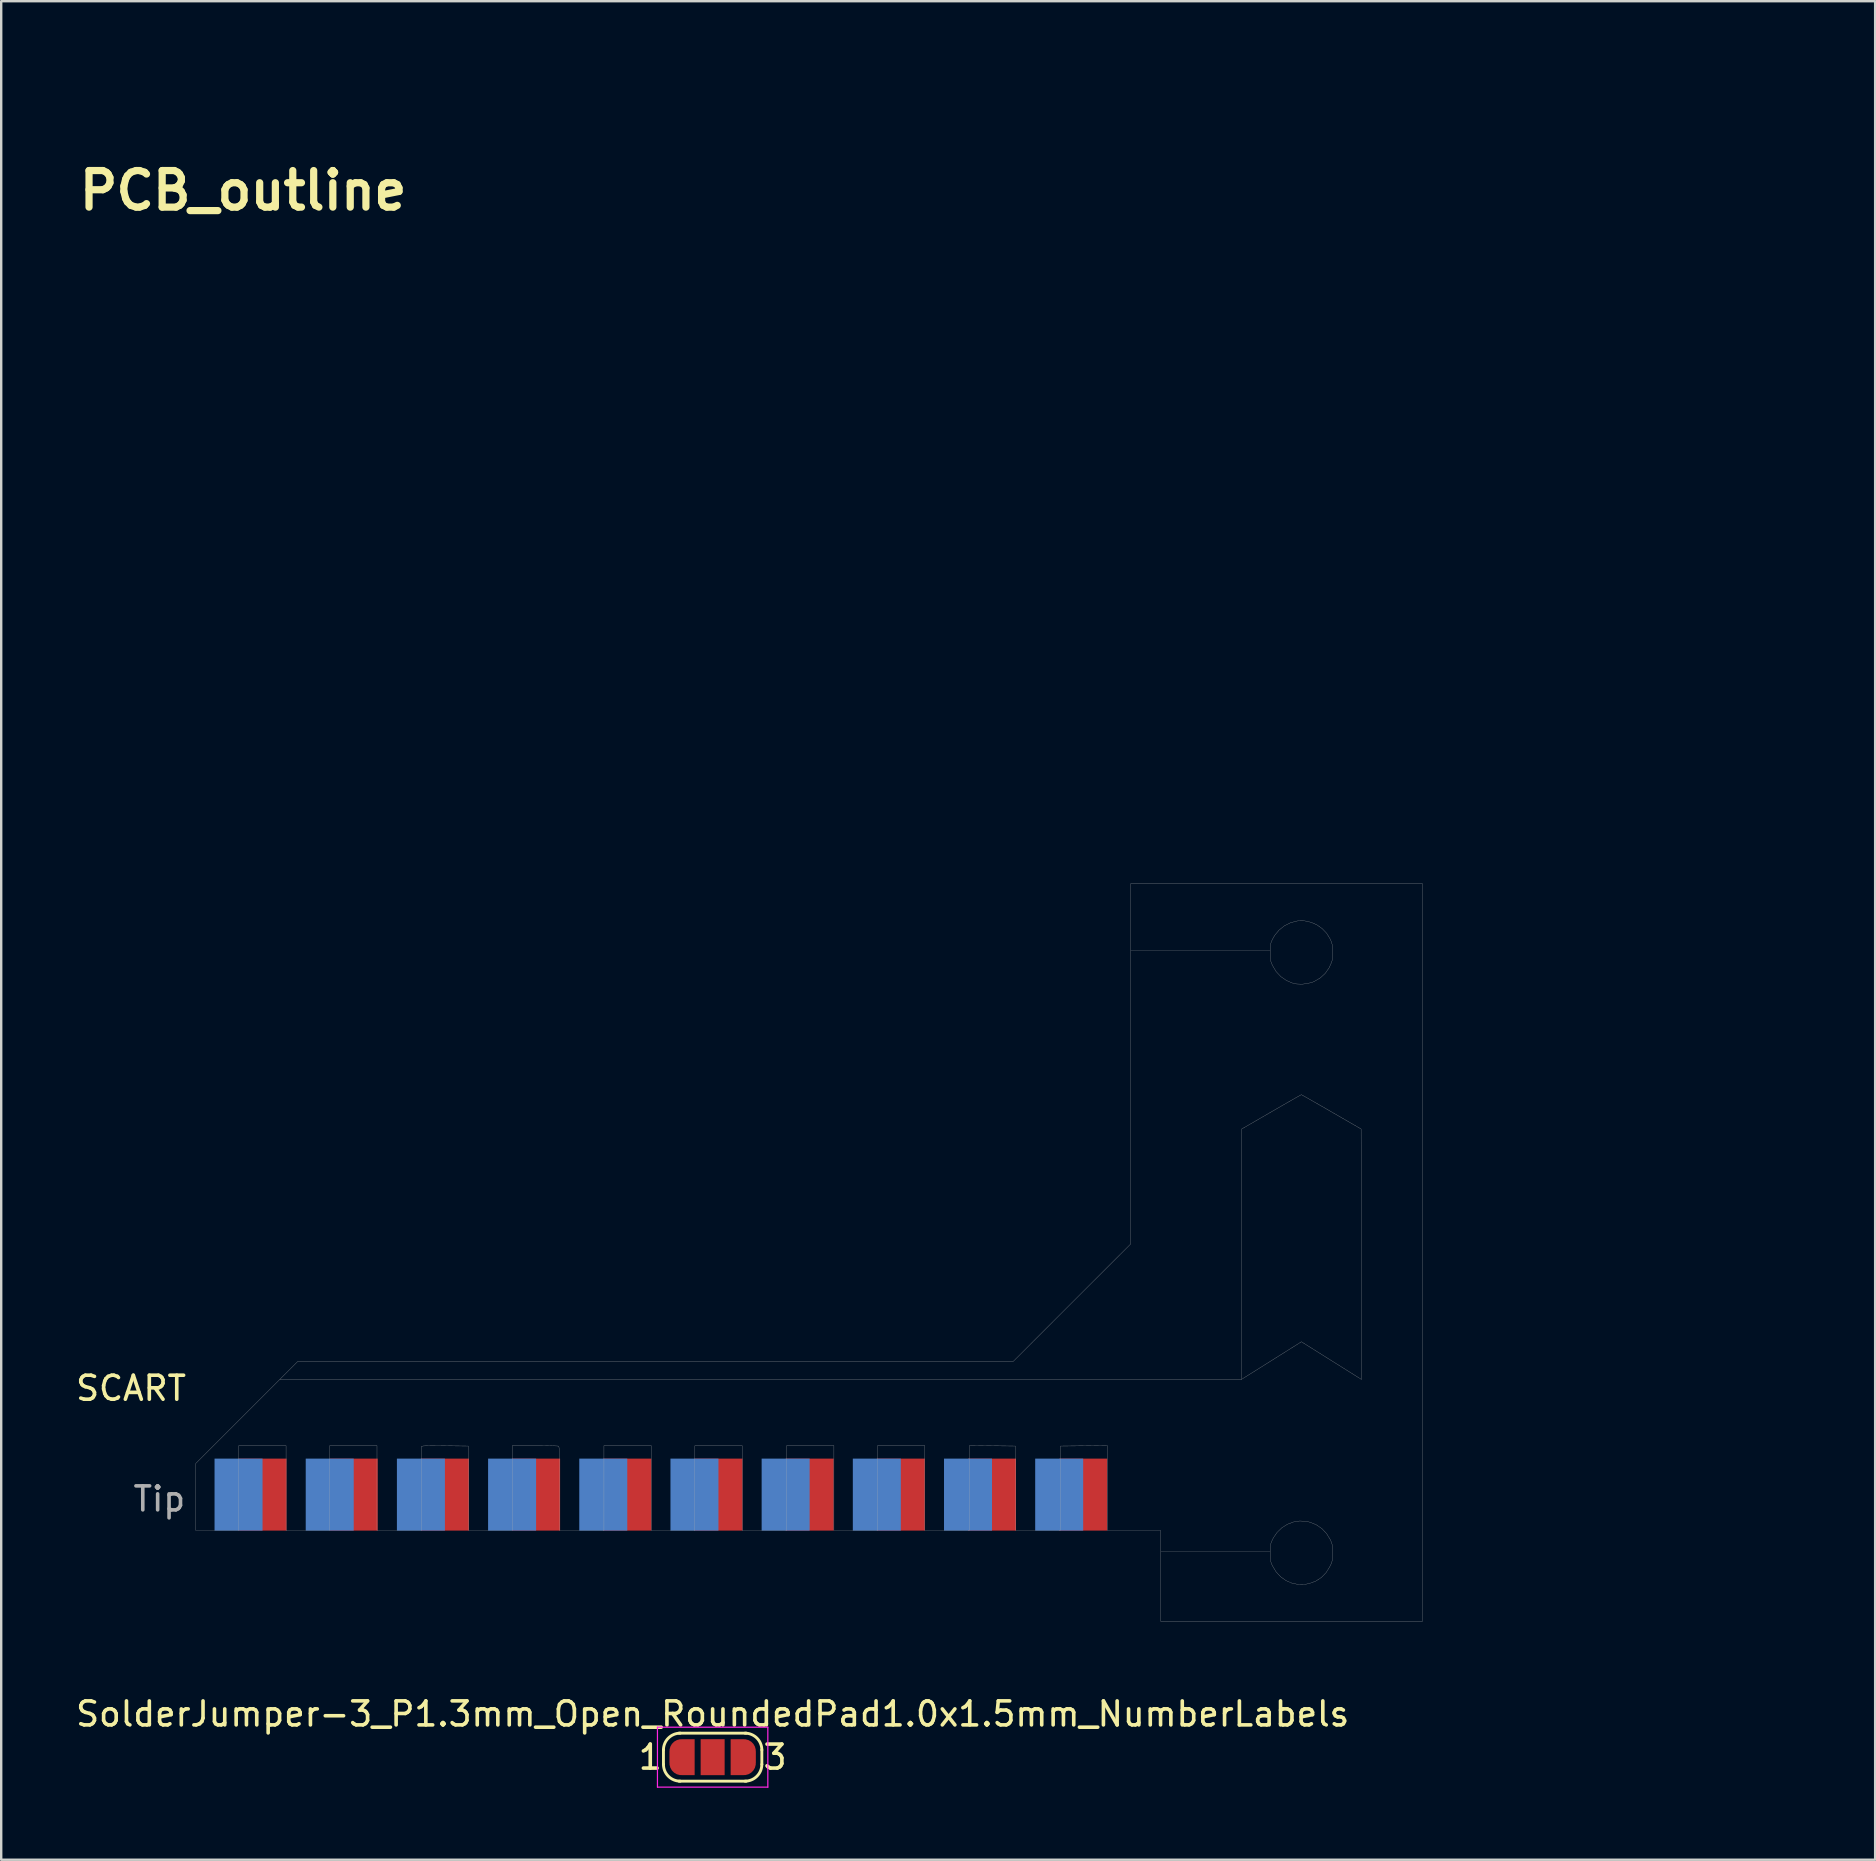
<source format=kicad_pcb>
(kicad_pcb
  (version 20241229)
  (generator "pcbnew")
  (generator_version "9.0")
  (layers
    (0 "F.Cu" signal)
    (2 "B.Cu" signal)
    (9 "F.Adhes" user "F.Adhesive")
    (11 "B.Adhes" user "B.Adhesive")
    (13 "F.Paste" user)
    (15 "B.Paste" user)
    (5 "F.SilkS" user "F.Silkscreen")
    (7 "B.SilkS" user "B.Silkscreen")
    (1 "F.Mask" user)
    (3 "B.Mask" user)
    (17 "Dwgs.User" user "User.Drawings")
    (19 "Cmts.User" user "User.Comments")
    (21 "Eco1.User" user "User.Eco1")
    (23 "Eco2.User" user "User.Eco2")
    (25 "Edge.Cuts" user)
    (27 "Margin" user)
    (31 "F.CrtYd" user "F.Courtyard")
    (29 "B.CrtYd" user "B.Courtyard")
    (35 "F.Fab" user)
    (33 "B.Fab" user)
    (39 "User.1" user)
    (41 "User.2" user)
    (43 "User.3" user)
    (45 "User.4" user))
  (footprint "SolderJumper-3_P1.3mm_Open_RoundedPad1.0x1.5mm_NumberLabels"
    (layer "F.Cu")
    (at 26.649 70.179)
    (property "Reference" "SolderJumper-3_P1.3mm_Open_RoundedPad1.0x1.5mm_NumberLabels" (at 0 -1.8 0) (layer "F.SilkS") (effects (font (size 1 1) (thickness 0.15))))
    (attr exclude_from_pos_files exclude_from_bom)
    (fp_poly (pts (xy -0.49 0.75) (xy -0.75 0.75) (xy -0.75 -0.75) (xy -0.49 -0.75)) (stroke (width 0.01) (type solid)) (fill yes) (layer "F.Mask"))
    (fp_poly (pts (xy 0.75 0.75) (xy 0.5 0.75) (xy 0.5 -0.75) (xy 0.75 -0.75)) (stroke (width 0.01) (type solid)) (fill yes) (layer "F.Mask"))
    (fp_line (start -2.05 0.3) (end -2.05 -0.3) (stroke (width 0.12) (type solid)) (layer "F.SilkS"))
    (fp_line (start -1.4 -1) (end 1.4 -1) (stroke (width 0.12) (type solid)) (layer "F.SilkS"))
    (fp_line (start 1.4 1) (end -1.4 1) (stroke (width 0.12) (type solid)) (layer "F.SilkS"))
    (fp_line (start 2.05 -0.3) (end 2.05 0.3) (stroke (width 0.12) (type solid)) (layer "F.SilkS"))
    (fp_arc (start -2.05 -0.3) (mid -1.844975 -0.794975) (end -1.35 -1) (stroke (width 0.12) (type solid)) (layer "F.SilkS"))
    (fp_arc (start -1.35 1) (mid -1.844975 0.794975) (end -2.05 0.3) (stroke (width 0.12) (type solid)) (layer "F.SilkS"))
    (fp_arc (start 1.35 -1) (mid 1.844975 -0.794975) (end 2.05 -0.3) (stroke (width 0.12) (type solid)) (layer "F.SilkS"))
    (fp_arc (start 2.05 0.3) (mid 1.844975 0.794975) (end 1.35 1) (stroke (width 0.12) (type solid)) (layer "F.SilkS"))
    (fp_line (start -2.3 -1.25) (end -2.3 1.25) (stroke (width 0.05) (type solid)) (layer "F.CrtYd"))
    (fp_line (start -2.3 -1.25) (end 2.3 -1.25) (stroke (width 0.05) (type solid)) (layer "F.CrtYd"))
    (fp_line (start 2.3 1.25) (end -2.3 1.25) (stroke (width 0.05) (type solid)) (layer "F.CrtYd"))
    (fp_line (start 2.3 1.25) (end 2.3 -1.25) (stroke (width 0.05) (type solid)) (layer "F.CrtYd"))
    (fp_text user "3" (at 2.6 0 0) (layer "F.SilkS") (effects (font (size 1 1) (thickness 0.15))))
    (fp_text user "1" (at -2.6 0 0) (layer "F.SilkS") (effects (font (size 1 1) (thickness 0.15))))
    (pad "1" smd custom (at -1.3 0) (size 1 0.5) (layers "F.Cu" "F.Mask") (options (anchor rect)) (primitives (gr_circle (center 0 0.25) (end 0.5 0.25) (width 0) (fill yes)) (gr_circle (center 0 -0.25) (end 0.5 -0.25) (width 0) (fill yes)) (gr_poly (pts (xy 0.55 -0.75) (xy 0 -0.75) (xy 0 0.75) (xy 0.55 0.75)) (width 0) (fill yes))))
    (pad "2" smd rect (at 0 0) (size 1 1.5) (layers "F.Cu" "F.Mask"))
    (pad "3" smd custom (at 1.3 0) (size 1 0.5) (layers "F.Cu" "F.Mask") (options (anchor rect)) (primitives (gr_circle (center 0 0.25) (end 0.5 0.25) (width 0) (fill yes)) (gr_circle (center 0 -0.25) (end 0.5 -0.25) (width 0) (fill yes)) (gr_poly (pts (xy -0.55 -0.75) (xy 0 -0.75) (xy 0 0.75) (xy -0.55 0.75)) (width 0) (fill yes)))))
  (footprint "SCART"
    (layer "F.Cu")
    (at 7.881 60.737)
    (property "Reference" "SCART" (at -5.47 -5.93 0) (layer "F.SilkS") (effects (font (size 1 1) (thickness 0.15))))
    (attr through_hole)
    (fp_poly (pts (xy 48.345 3.789) (xy 37.446 3.789) (xy 37.446 0.923) (xy 42.003 0.923) (xy 42.004 1.08) (xy 42.01 1.192) (xy 42.024 1.279) (xy 42.049 1.358) (xy 42.089 1.449) (xy 42.1 1.471) (xy 42.251 1.721) (xy 42.441 1.926) (xy 42.663 2.084) (xy 42.91 2.191) (xy 43.175 2.244) (xy 43.452 2.24) (xy 43.633 2.205) (xy 43.903 2.105) (xy 44.137 1.953) (xy 44.332 1.753) (xy 44.485 1.507) (xy 44.537 1.401) (xy 44.57 1.317) (xy 44.59 1.237) (xy 44.599 1.143) (xy 44.602 1.015) (xy 44.602 0.925) (xy 44.601 0.768) (xy 44.595 0.656) (xy 44.581 0.568) (xy 44.556 0.488) (xy 44.516 0.396) (xy 44.502 0.366) (xy 44.352 0.122) (xy 44.158 -0.083) (xy 43.926 -0.242) (xy 43.663 -0.35) (xy 43.509 -0.385) (xy 43.237 -0.401) (xy 42.972 -0.359) (xy 42.72 -0.264) (xy 42.492 -0.119) (xy 42.295 0.07) (xy 42.137 0.299) (xy 42.103 0.366) (xy 42.058 0.465) (xy 42.029 0.547) (xy 42.013 0.631) (xy 42.005 0.735) (xy 42.003 0.879) (xy 42.003 0.923) (xy 37.446 0.923) (xy 37.446 -0.001) (xy 35.222 -0.001) (xy 35.222 -3.541) (xy 33.265 -3.524) (xy 33.257 -1.763) (xy 33.248 -0.001) (xy 31.402 -0.001) (xy 31.394 -1.763) (xy 31.385 -3.524) (xy 30.422 -3.533) (xy 29.459 -3.541) (xy 29.459 -0.001) (xy 27.611 -0.001) (xy 27.611 -3.54) (xy 25.638 -3.54) (xy 25.638 -0.001) (xy 23.822 -0.001) (xy 23.822 -3.54) (xy 21.849 -3.54) (xy 21.849 -0.001) (xy 20.001 -0.001) (xy 20.001 -3.54) (xy 18.028 -3.54) (xy 18.028 -0.001) (xy 16.211 -0.001) (xy 16.211 -3.54) (xy 14.238 -3.54) (xy 14.238 -0.001) (xy 12.39 -0.001) (xy 12.39 -1.751) (xy 12.39 -2.13) (xy 12.39 -2.45) (xy 12.389 -2.717) (xy 12.387 -2.936) (xy 12.385 -3.111) (xy 12.381 -3.248) (xy 12.377 -3.351) (xy 12.371 -3.424) (xy 12.364 -3.473) (xy 12.356 -3.503) (xy 12.346 -3.518) (xy 12.341 -3.521) (xy 12.298 -3.526) (xy 12.201 -3.53) (xy 12.057 -3.534) (xy 11.875 -3.537) (xy 11.664 -3.539) (xy 11.431 -3.54) (xy 11.354 -3.54) (xy 10.417 -3.54) (xy 10.417 -0.001) (xy 8.601 -0.001) (xy 8.593 -1.763) (xy 8.585 -3.524) (xy 7.677 -3.533) (xy 7.441 -3.535) (xy 7.223 -3.535) (xy 7.032 -3.534) (xy 6.876 -3.532) (xy 6.763 -3.53) (xy 6.703 -3.526) (xy 6.698 -3.525) (xy 6.627 -3.507) (xy 6.627 -0.001) (xy 4.78 -0.001) (xy 4.78 -3.54) (xy 2.807 -3.54) (xy 2.807 -0.001) (xy 0.99 -0.001) (xy 0.99 -3.54) (xy -0.983 -3.54) (xy -0.983 -0.001) (xy -2.768 -0.001) (xy -2.768 -2.804) (xy 0.726 -6.298) (xy 40.797 -6.298) (xy 40.937 -6.383) (xy 40.993 -6.418) (xy 41.096 -6.482) (xy 41.24 -6.572) (xy 41.416 -6.683) (xy 41.621 -6.811) (xy 41.846 -6.953) (xy 42.085 -7.103) (xy 42.19 -7.169) (xy 43.303 -7.87) (xy 44.556 -7.084) (xy 45.808 -6.299) (xy 45.8 -11.518) (xy 45.792 -16.737) (xy 44.556 -17.451) (xy 44.302 -17.598) (xy 44.065 -17.734) (xy 43.851 -17.857) (xy 43.664 -17.964) (xy 43.51 -18.052) (xy 43.395 -18.116) (xy 43.324 -18.155) (xy 43.303 -18.166) (xy 43.273 -18.151) (xy 43.195 -18.107) (xy 43.073 -18.039) (xy 42.914 -17.948) (xy 42.722 -17.838) (xy 42.503 -17.713) (xy 42.263 -17.574) (xy 42.049 -17.451) (xy 40.813 -16.735) (xy 40.805 -11.517) (xy 40.797 -6.298) (xy 0.726 -6.298) (xy 1.476 -7.048) (xy 31.292 -7.048) (xy 33.742 -9.499) (xy 36.193 -11.949) (xy 36.193 -24.102) (xy 42.003 -24.102) (xy 42.004 -23.945) (xy 42.01 -23.833) (xy 42.024 -23.746) (xy 42.05 -23.665) (xy 42.09 -23.573) (xy 42.102 -23.547) (xy 42.252 -23.295) (xy 42.444 -23.089) (xy 42.679 -22.927) (xy 42.911 -22.825) (xy 43.107 -22.78) (xy 43.332 -22.772) (xy 43.563 -22.799) (xy 43.776 -22.859) (xy 43.839 -22.885) (xy 44.092 -23.034) (xy 44.298 -23.223) (xy 44.458 -23.453) (xy 44.555 -23.669) (xy 44.59 -23.779) (xy 44.61 -23.881) (xy 44.616 -23.997) (xy 44.613 -24.152) (xy 44.613 -24.155) (xy 44.602 -24.312) (xy 44.584 -24.432) (xy 44.552 -24.539) (xy 44.501 -24.658) (xy 44.36 -24.889) (xy 44.174 -25.085) (xy 43.955 -25.241) (xy 43.71 -25.35) (xy 43.449 -25.409) (xy 43.183 -25.412) (xy 43.121 -25.404) (xy 42.844 -25.33) (xy 42.591 -25.202) (xy 42.371 -25.025) (xy 42.19 -24.805) (xy 42.107 -24.659) (xy 42.061 -24.561) (xy 42.031 -24.481) (xy 42.013 -24.401) (xy 42.005 -24.301) (xy 42.003 -24.164) (xy 42.003 -24.102) (xy 36.193 -24.102) (xy 36.193 -26.967) (xy 48.345 -26.967) (xy 48.345 3.789)) (stroke (width 0.01) (type solid)) (fill no) (layer "F.Fab"))
    (fp_text user "Tip" (at -4.29 -1.32 0) (layer "F.Fab") (effects (font (size 1 1) (thickness 0.15))))
    (pad "1" smd rect (at 34.21 0) (size 2 3) (drill (offset 0 -1.5)) (layers "F.Cu" "F.Mask" "F.Paste"))
    (pad "2" smd rect (at 33.21 0) (size 2 3) (drill (offset 0 -1.5)) (layers "B.Cu" "B.Mask" "B.Paste"))
    (pad "3" smd rect (at 30.41 0) (size 2 3) (drill (offset 0 -1.5)) (layers "F.Cu" "F.Mask" "F.Paste"))
    (pad "4" smd rect (at 29.41 0) (size 2 3) (drill (offset 0 -1.5)) (layers "B.Cu" "B.Mask" "B.Paste"))
    (pad "5" smd rect (at 26.61 0) (size 2 3) (drill (offset 0 -1.5)) (layers "F.Cu" "F.Mask" "F.Paste"))
    (pad "6" smd rect (at 25.61 0) (size 2 3) (drill (offset 0 -1.5)) (layers "B.Cu" "B.Mask" "B.Paste"))
    (pad "7" smd rect (at 22.81 0) (size 2 3) (drill (offset 0 -1.5)) (layers "F.Cu" "F.Mask" "F.Paste"))
    (pad "8" smd rect (at 21.81 0) (size 2 3) (drill (offset 0 -1.5)) (layers "B.Cu" "B.Mask" "B.Paste"))
    (pad "9" smd rect (at 19.01 0) (size 2 3) (drill (offset 0 -1.5)) (layers "F.Cu" "F.Mask" "F.Paste"))
    (pad "10" smd rect (at 18.01 0) (size 2 3) (drill (offset 0 -1.5)) (layers "B.Cu" "B.Mask" "B.Paste"))
    (pad "11" smd rect (at 15.21 0) (size 2 3) (drill (offset 0 -1.5)) (layers "F.Cu" "F.Mask" "F.Paste"))
    (pad "12" smd rect (at 14.21 0) (size 2 3) (drill (offset 0 -1.5)) (layers "B.Cu" "B.Mask" "B.Paste"))
    (pad "13" smd rect (at 11.41 0) (size 2 3) (drill (offset 0 -1.5)) (layers "F.Cu" "F.Mask" "F.Paste"))
    (pad "14" smd rect (at 10.41 0) (size 2 3) (drill (offset 0 -1.5)) (layers "B.Cu" "B.Mask" "B.Paste"))
    (pad "15" smd rect (at 7.61 0) (size 2 3) (drill (offset 0 -1.5)) (layers "F.Cu" "F.Mask" "F.Paste"))
    (pad "16" smd rect (at 6.61 0) (size 2 3) (drill (offset 0 -1.5)) (layers "B.Cu" "B.Mask" "B.Paste"))
    (pad "17" smd rect (at 3.81 0) (size 2 3) (drill (offset 0 -1.5)) (layers "F.Cu" "F.Mask" "F.Paste"))
    (pad "18" smd rect (at 2.81 0) (size 2 3) (drill (offset 0 -1.5)) (layers "B.Cu" "B.Mask" "B.Paste"))
    (pad "19" smd rect (at 0.01 0) (size 2 3) (drill (offset 0 -1.5)) (layers "F.Cu" "F.Mask" "F.Paste"))
    (pad "20" smd rect (at -0.99 0) (size 2 3) (drill (offset 0 -1.5)) (layers "B.Cu" "B.Mask" "B.Paste")))
  (footprint "PCB_outline"
    (layer "F.Cu")
    (at 23.743 26.972)
    (property "Reference" "PCB_outline" (at -16.66 -22.08 0) (layer "F.SilkS") (effects (font (size 1.524 1.524) (thickness 0.3))))
    (attr through_hole)
    (fp_poly (pts (xy 48.348 3.789) (xy 37.449 3.789) (xy 37.449 0.923) (xy 42.006 0.923) (xy 42.007 1.08) (xy 42.013 1.192) (xy 42.028 1.279) (xy 42.053 1.358) (xy 42.093 1.449) (xy 42.104 1.471) (xy 42.255 1.721) (xy 42.445 1.926) (xy 42.666 2.084) (xy 42.913 2.191) (xy 43.179 2.244) (xy 43.456 2.24) (xy 43.636 2.205) (xy 43.906 2.105) (xy 44.14 1.953) (xy 44.336 1.753) (xy 44.489 1.507) (xy 44.54 1.401) (xy 44.574 1.317) (xy 44.593 1.237) (xy 44.603 1.143) (xy 44.605 1.015) (xy 44.606 0.925) (xy 44.604 0.768) (xy 44.599 0.656) (xy 44.585 0.568) (xy 44.559 0.488) (xy 44.519 0.396) (xy 44.505 0.366) (xy 44.356 0.122) (xy 44.161 -0.083) (xy 43.929 -0.242) (xy 43.666 -0.35) (xy 43.512 -0.385) (xy 43.241 -0.401) (xy 42.975 -0.359) (xy 42.724 -0.264) (xy 42.495 -0.119) (xy 42.298 0.07) (xy 42.141 0.299) (xy 42.107 0.366) (xy 42.062 0.465) (xy 42.033 0.547) (xy 42.016 0.631) (xy 42.008 0.735) (xy 42.006 0.879) (xy 42.006 0.923) (xy 37.449 0.923) (xy 37.449 -0.001) (xy 35.226 -0.001) (xy 35.226 -3.541) (xy 33.268 -3.524) (xy 33.26 -1.763) (xy 33.252 -0.001) (xy 31.405 -0.001) (xy 31.397 -1.763) (xy 31.389 -3.524) (xy 30.426 -3.533) (xy 29.463 -3.541) (xy 29.463 -0.001) (xy 27.615 -0.001) (xy 27.615 -3.54) (xy 25.642 -3.54) (xy 25.642 -0.001) (xy 23.825 -0.001) (xy 23.825 -3.54) (xy 21.852 -3.54) (xy 21.852 -0.001) (xy 20.004 -0.001) (xy 20.004 -3.54) (xy 18.031 -3.54) (xy 18.031 -0.001) (xy 16.215 -0.001) (xy 16.215 -3.54) (xy 14.242 -3.54) (xy 14.242 -0.001) (xy 12.394 -0.001) (xy 12.394 -1.751) (xy 12.394 -2.13) (xy 12.393 -2.45) (xy 12.392 -2.717) (xy 12.39 -2.936) (xy 12.388 -3.111) (xy 12.385 -3.248) (xy 12.38 -3.351) (xy 12.375 -3.424) (xy 12.368 -3.473) (xy 12.36 -3.503) (xy 12.35 -3.518) (xy 12.344 -3.521) (xy 12.301 -3.526) (xy 12.204 -3.53) (xy 12.06 -3.534) (xy 11.879 -3.537) (xy 11.668 -3.539) (xy 11.435 -3.54) (xy 11.358 -3.54) (xy 10.421 -3.54) (xy 10.421 -0.001) (xy 8.605 -0.001) (xy 8.597 -1.763) (xy 8.588 -3.524) (xy 7.68 -3.533) (xy 7.445 -3.535) (xy 7.227 -3.535) (xy 7.036 -3.534) (xy 6.879 -3.532) (xy 6.767 -3.53) (xy 6.707 -3.526) (xy 6.701 -3.525) (xy 6.631 -3.507) (xy 6.631 -0.001) (xy 4.783 -0.001) (xy 4.783 -3.54) (xy 2.81 -3.54) (xy 2.81 -0.001) (xy 0.993 -0.001) (xy 0.993 -3.54) (xy -0.98 -3.54) (xy -0.98 -0.001) (xy -2.765 -0.001) (xy -2.765 -2.804) (xy 0.729 -6.298) (xy 40.8 -6.298) (xy 40.94 -6.383) (xy 40.997 -6.418) (xy 41.1 -6.482) (xy 41.243 -6.572) (xy 41.42 -6.683) (xy 41.624 -6.811) (xy 41.849 -6.953) (xy 42.089 -7.103) (xy 42.193 -7.169) (xy 43.307 -7.87) (xy 44.559 -7.084) (xy 45.812 -6.299) (xy 45.804 -11.518) (xy 45.796 -16.737) (xy 44.559 -17.451) (xy 44.306 -17.598) (xy 44.069 -17.734) (xy 43.854 -17.857) (xy 43.667 -17.964) (xy 43.514 -18.052) (xy 43.399 -18.116) (xy 43.328 -18.155) (xy 43.306 -18.166) (xy 43.277 -18.151) (xy 43.198 -18.107) (xy 43.077 -18.039) (xy 42.917 -17.948) (xy 42.725 -17.838) (xy 42.507 -17.713) (xy 42.267 -17.574) (xy 42.053 -17.451) (xy 40.816 -16.735) (xy 40.808 -11.517) (xy 40.8 -6.298) (xy 0.729 -6.298) (xy 1.479 -7.048) (xy 31.295 -7.048) (xy 33.746 -9.499) (xy 36.196 -11.949) (xy 36.196 -24.102) (xy 42.006 -24.102) (xy 42.007 -23.945) (xy 42.013 -23.833) (xy 42.028 -23.746) (xy 42.053 -23.665) (xy 42.093 -23.573) (xy 42.105 -23.547) (xy 42.256 -23.295) (xy 42.447 -23.089) (xy 42.683 -22.927) (xy 42.914 -22.825) (xy 43.111 -22.78) (xy 43.336 -22.772) (xy 43.566 -22.799) (xy 43.78 -22.859) (xy 43.842 -22.885) (xy 44.096 -23.034) (xy 44.301 -23.223) (xy 44.461 -23.453) (xy 44.558 -23.669) (xy 44.594 -23.779) (xy 44.613 -23.881) (xy 44.62 -23.997) (xy 44.616 -24.152) (xy 44.616 -24.155) (xy 44.606 -24.312) (xy 44.587 -24.432) (xy 44.555 -24.539) (xy 44.504 -24.658) (xy 44.363 -24.889) (xy 44.178 -25.085) (xy 43.958 -25.241) (xy 43.713 -25.35) (xy 43.453 -25.409) (xy 43.186 -25.412) (xy 43.125 -25.404) (xy 42.848 -25.33) (xy 42.595 -25.202) (xy 42.374 -25.025) (xy 42.194 -24.805) (xy 42.11 -24.659) (xy 42.064 -24.561) (xy 42.034 -24.481) (xy 42.017 -24.401) (xy 42.009 -24.301) (xy 42.006 -24.164) (xy 42.006 -24.102) (xy 36.196 -24.102) (xy 36.196 -26.967) (xy 48.348 -26.967) (xy 48.348 3.789)) (stroke (width 0.01) (type solid)) (fill yes) (layer "F.Mask")))
  (gr_rect
    (start -3 -3)
    (end 75.096 74.454)
    (stroke (width 0.1) (type default))
    (fill no)
    (layer "Edge.Cuts")))
</source>
